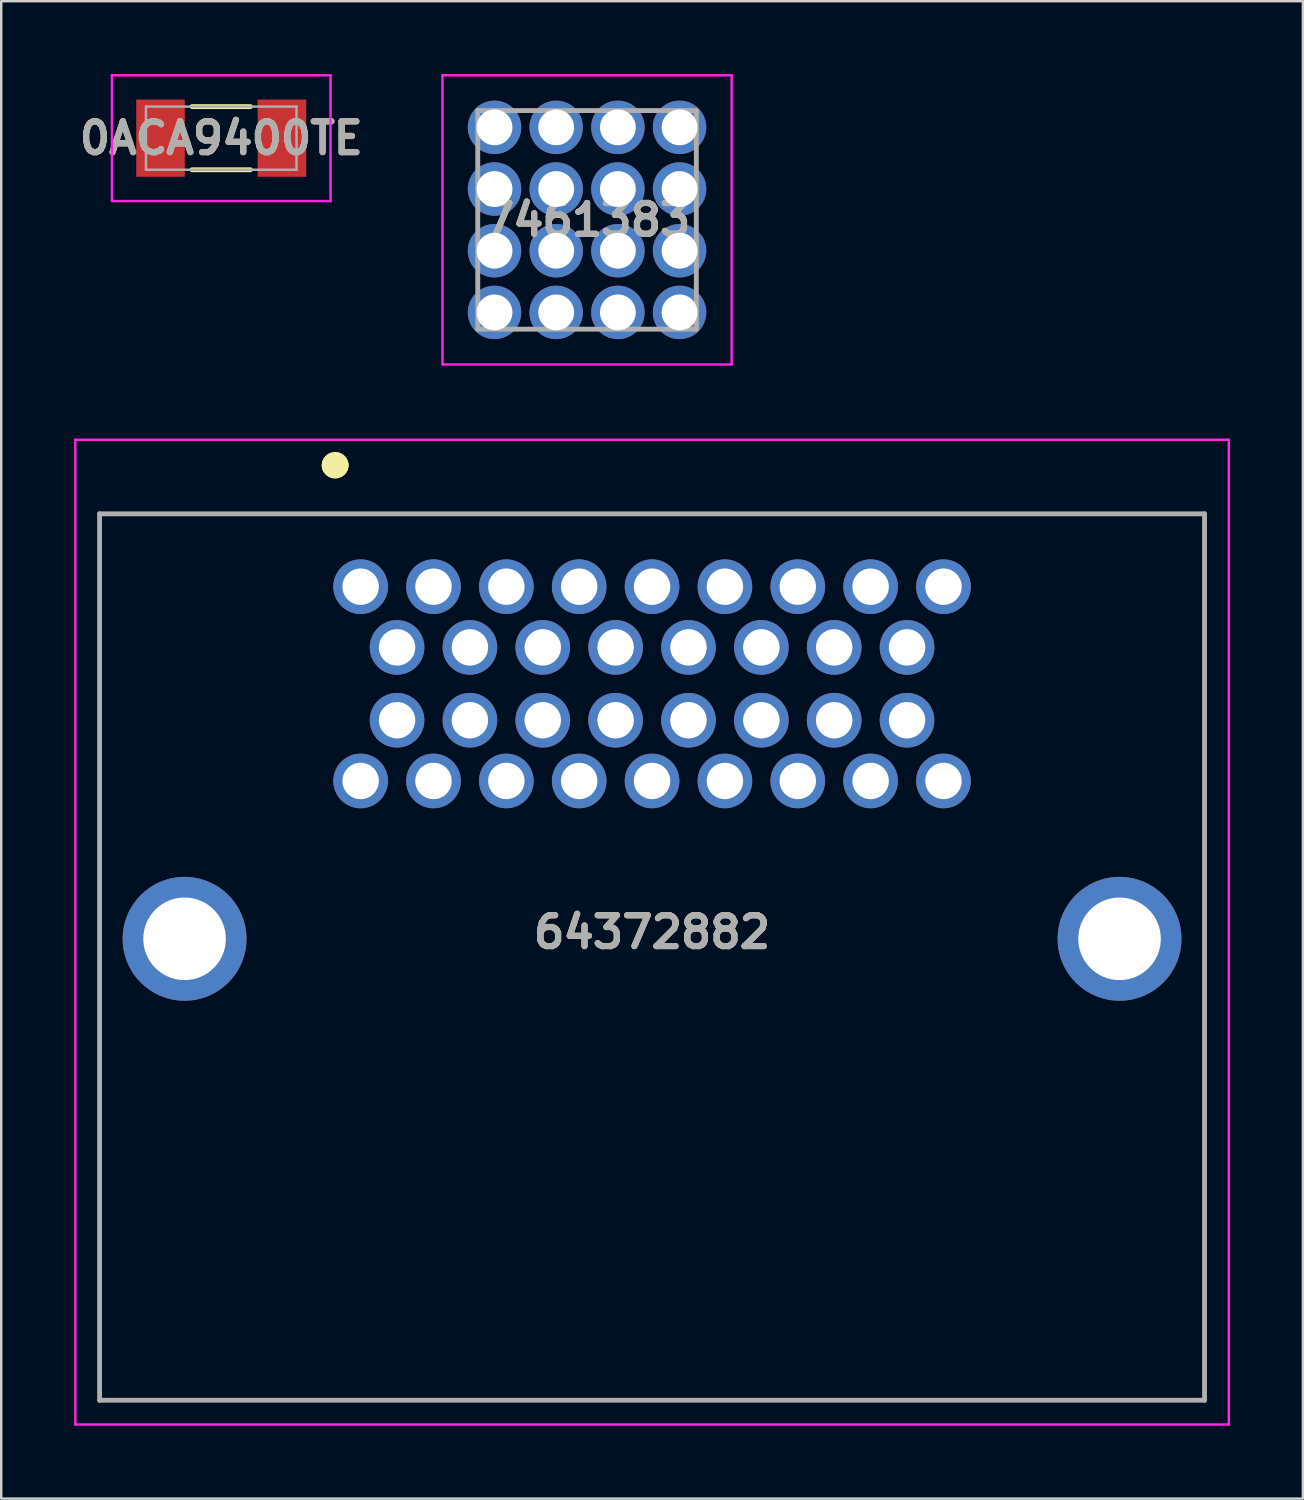
<source format=kicad_pcb>
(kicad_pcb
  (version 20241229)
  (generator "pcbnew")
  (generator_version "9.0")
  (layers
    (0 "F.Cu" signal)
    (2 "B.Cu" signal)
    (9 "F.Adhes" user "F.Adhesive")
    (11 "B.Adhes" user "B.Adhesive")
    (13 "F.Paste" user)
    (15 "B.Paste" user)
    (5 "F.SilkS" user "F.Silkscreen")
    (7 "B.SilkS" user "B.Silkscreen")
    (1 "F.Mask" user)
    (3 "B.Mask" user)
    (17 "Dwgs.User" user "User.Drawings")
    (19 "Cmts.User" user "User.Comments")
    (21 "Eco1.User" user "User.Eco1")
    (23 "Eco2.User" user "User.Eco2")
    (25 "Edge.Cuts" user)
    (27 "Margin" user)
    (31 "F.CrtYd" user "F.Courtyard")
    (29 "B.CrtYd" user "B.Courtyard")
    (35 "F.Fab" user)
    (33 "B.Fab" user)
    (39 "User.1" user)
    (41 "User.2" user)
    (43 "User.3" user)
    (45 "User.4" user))
  (footprint "64372882"
    (layer "F.Cu")
    (at 11.8 21.108)
    (property "Reference" "64372882" (at 12 14.225 0) (layer "F.SilkS") (effects (font (size 1.27 1.27) (thickness 0.254))))
    (attr through_hole)
    (fp_line (start -10.75 -3) (end 34.75 -3) (stroke (width 0.1) (type solid)) (layer "F.SilkS"))
    (fp_line (start -10.75 33.5) (end -10.75 -3) (stroke (width 0.1) (type solid)) (layer "F.SilkS"))
    (fp_line (start -1.1 -5) (end -1.1 -5) (stroke (width 1) (type solid)) (layer "F.SilkS"))
    (fp_line (start -1 -5) (end -1 -5) (stroke (width 1) (type solid)) (layer "F.SilkS"))
    (fp_line (start 34.75 -3) (end 34.75 33.5) (stroke (width 0.1) (type solid)) (layer "F.SilkS"))
    (fp_line (start 34.75 33.5) (end -10.75 33.5) (stroke (width 0.1) (type solid)) (layer "F.SilkS"))
    (fp_arc (start -1.1 -5) (mid -1.05 -5.05) (end -1 -5) (stroke (width 1) (type solid)) (layer "F.SilkS"))
    (fp_arc (start -1 -5) (mid -1.05 -4.95) (end -1.1 -5) (stroke (width 1) (type solid)) (layer "F.SilkS"))
    (fp_line (start -11.75 -6.05) (end 35.75 -6.05) (stroke (width 0.1) (type solid)) (layer "F.CrtYd"))
    (fp_line (start -11.75 34.5) (end -11.75 -6.05) (stroke (width 0.1) (type solid)) (layer "F.CrtYd"))
    (fp_line (start 35.75 -6.05) (end 35.75 34.5) (stroke (width 0.1) (type solid)) (layer "F.CrtYd"))
    (fp_line (start 35.75 34.5) (end -11.75 34.5) (stroke (width 0.1) (type solid)) (layer "F.CrtYd"))
    (fp_line (start -10.75 -3) (end 34.75 -3) (stroke (width 0.2) (type solid)) (layer "F.Fab"))
    (fp_line (start -10.75 33.5) (end -10.75 -3) (stroke (width 0.2) (type solid)) (layer "F.Fab"))
    (fp_line (start 34.75 -3) (end 34.75 33.5) (stroke (width 0.2) (type solid)) (layer "F.Fab"))
    (fp_line (start 34.75 33.5) (end -10.75 33.5) (stroke (width 0.2) (type solid)) (layer "F.Fab"))
    (fp_text user "${REFERENCE}" (at 12 14.225 0) (layer "F.Fab") (effects (font (size 1.27 1.27) (thickness 0.254))))
    (pad "1" thru_hole circle (at 0 0) (size 2.25 2.25) (drill 1.5) (layers "*.Cu" "*.Mask"))
    (pad "2" thru_hole circle (at 3 0) (size 2.25 2.25) (drill 1.5) (layers "*.Cu" "*.Mask"))
    (pad "3" thru_hole circle (at 6 0) (size 2.25 2.25) (drill 1.5) (layers "*.Cu" "*.Mask"))
    (pad "4" thru_hole circle (at 9 0) (size 2.25 2.25) (drill 1.5) (layers "*.Cu" "*.Mask"))
    (pad "5" thru_hole circle (at 12 0) (size 2.25 2.25) (drill 1.5) (layers "*.Cu" "*.Mask"))
    (pad "6" thru_hole circle (at 15 0) (size 2.25 2.25) (drill 1.5) (layers "*.Cu" "*.Mask"))
    (pad "7" thru_hole circle (at 18 0) (size 2.25 2.25) (drill 1.5) (layers "*.Cu" "*.Mask"))
    (pad "8" thru_hole circle (at 21 0) (size 2.25 2.25) (drill 1.5) (layers "*.Cu" "*.Mask"))
    (pad "9" thru_hole circle (at 24 0) (size 2.25 2.25) (drill 1.5) (layers "*.Cu" "*.Mask"))
    (pad "10" thru_hole circle (at 1.5 2.5) (size 2.25 2.25) (drill 1.5) (layers "*.Cu" "*.Mask"))
    (pad "11" thru_hole circle (at 4.5 2.5) (size 2.25 2.25) (drill 1.5) (layers "*.Cu" "*.Mask"))
    (pad "12" thru_hole circle (at 7.5 2.5) (size 2.25 2.25) (drill 1.5) (layers "*.Cu" "*.Mask"))
    (pad "13" thru_hole circle (at 10.5 2.5) (size 2.25 2.25) (drill 1.5) (layers "*.Cu" "*.Mask"))
    (pad "14" thru_hole circle (at 13.5 2.5) (size 2.25 2.25) (drill 1.5) (layers "*.Cu" "*.Mask"))
    (pad "15" thru_hole circle (at 16.5 2.5) (size 2.25 2.25) (drill 1.5) (layers "*.Cu" "*.Mask"))
    (pad "16" thru_hole circle (at 19.5 2.5) (size 2.25 2.25) (drill 1.5) (layers "*.Cu" "*.Mask"))
    (pad "17" thru_hole circle (at 22.5 2.5) (size 2.25 2.25) (drill 1.5) (layers "*.Cu" "*.Mask"))
    (pad "18" thru_hole circle (at 1.5 5.5) (size 2.25 2.25) (drill 1.5) (layers "*.Cu" "*.Mask"))
    (pad "19" thru_hole circle (at 4.5 5.5) (size 2.25 2.25) (drill 1.5) (layers "*.Cu" "*.Mask"))
    (pad "20" thru_hole circle (at 7.5 5.5) (size 2.25 2.25) (drill 1.5) (layers "*.Cu" "*.Mask"))
    (pad "21" thru_hole circle (at 10.5 5.5) (size 2.25 2.25) (drill 1.5) (layers "*.Cu" "*.Mask"))
    (pad "22" thru_hole circle (at 13.5 5.5) (size 2.25 2.25) (drill 1.5) (layers "*.Cu" "*.Mask"))
    (pad "23" thru_hole circle (at 16.5 5.5) (size 2.25 2.25) (drill 1.5) (layers "*.Cu" "*.Mask"))
    (pad "24" thru_hole circle (at 19.5 5.5) (size 2.25 2.25) (drill 1.5) (layers "*.Cu" "*.Mask"))
    (pad "25" thru_hole circle (at 22.5 5.5) (size 2.25 2.25) (drill 1.5) (layers "*.Cu" "*.Mask"))
    (pad "26" thru_hole circle (at 0 8) (size 2.25 2.25) (drill 1.5) (layers "*.Cu" "*.Mask"))
    (pad "27" thru_hole circle (at 3 8) (size 2.25 2.25) (drill 1.5) (layers "*.Cu" "*.Mask"))
    (pad "28" thru_hole circle (at 6 8) (size 2.25 2.25) (drill 1.5) (layers "*.Cu" "*.Mask"))
    (pad "29" thru_hole circle (at 9 8) (size 2.25 2.25) (drill 1.5) (layers "*.Cu" "*.Mask"))
    (pad "30" thru_hole circle (at 12 8) (size 2.25 2.25) (drill 1.5) (layers "*.Cu" "*.Mask"))
    (pad "31" thru_hole circle (at 15 8) (size 2.25 2.25) (drill 1.5) (layers "*.Cu" "*.Mask"))
    (pad "32" thru_hole circle (at 18 8) (size 2.25 2.25) (drill 1.5) (layers "*.Cu" "*.Mask"))
    (pad "33" thru_hole circle (at 21 8) (size 2.25 2.25) (drill 1.5) (layers "*.Cu" "*.Mask"))
    (pad "34" thru_hole circle (at 24 8) (size 2.25 2.25) (drill 1.5) (layers "*.Cu" "*.Mask"))
    (pad "MH1" thru_hole circle (at -7.25 14.5) (size 5.1 5.1) (drill 3.4) (layers "*.Cu" "*.Mask"))
    (pad "MH2" thru_hole circle (at 31.25 14.5) (size 5.1 5.1) (drill 3.4) (layers "*.Cu" "*.Mask")))
  (footprint "7461383"
    (layer "F.Cu")
    (at 17.313 9.814)
    (property "Reference" "7461383" (at 3.81 -3.81 0) (layer "F.SilkS") (effects (font (size 1.27 1.27) (thickness 0.254))))
    (attr through_hole)
    (fp_line (start -0.69 -4.01) (end -0.69 -3.61) (stroke (width 0.1) (type solid)) (layer "F.SilkS"))
    (fp_line (start 3.61 -8.31) (end 4.01 -8.31) (stroke (width 0.1) (type solid)) (layer "F.SilkS"))
    (fp_line (start 3.61 0.69) (end 4.01 0.69) (stroke (width 0.1) (type solid)) (layer "F.SilkS"))
    (fp_line (start 8.31 -4.01) (end 8.31 -3.61) (stroke (width 0.1) (type solid)) (layer "F.SilkS"))
    (fp_line (start -2.144 -9.764) (end 9.764 -9.764) (stroke (width 0.1) (type solid)) (layer "F.CrtYd"))
    (fp_line (start -2.144 2.144) (end -2.144 -9.764) (stroke (width 0.1) (type solid)) (layer "F.CrtYd"))
    (fp_line (start 9.764 -9.764) (end 9.764 2.144) (stroke (width 0.1) (type solid)) (layer "F.CrtYd"))
    (fp_line (start 9.764 2.144) (end -2.144 2.144) (stroke (width 0.1) (type solid)) (layer "F.CrtYd"))
    (fp_line (start -0.69 -8.31) (end 8.31 -8.31) (stroke (width 0.2) (type solid)) (layer "F.Fab"))
    (fp_line (start -0.69 0.69) (end -0.69 -8.31) (stroke (width 0.2) (type solid)) (layer "F.Fab"))
    (fp_line (start 8.31 -8.31) (end 8.31 0.69) (stroke (width 0.2) (type solid)) (layer "F.Fab"))
    (fp_line (start 8.31 0.69) (end -0.69 0.69) (stroke (width 0.2) (type solid)) (layer "F.Fab"))
    (fp_text user "${REFERENCE}" (at 3.81 -3.81 0) (layer "F.Fab") (effects (font (size 1.27 1.27) (thickness 0.254))))
    (pad "1" thru_hole circle (at 0 0) (size 2.2 2.2) (drill 1.475) (layers "*.Cu" "*.Mask"))
    (pad "2" thru_hole circle (at 2.54 0) (size 2.2 2.2) (drill 1.475) (layers "*.Cu" "*.Mask"))
    (pad "3" thru_hole circle (at 5.08 0) (size 2.2 2.2) (drill 1.475) (layers "*.Cu" "*.Mask"))
    (pad "4" thru_hole circle (at 7.62 0) (size 2.2 2.2) (drill 1.475) (layers "*.Cu" "*.Mask"))
    (pad "5" thru_hole circle (at 0 -2.54) (size 2.2 2.2) (drill 1.475) (layers "*.Cu" "*.Mask"))
    (pad "6" thru_hole circle (at 2.54 -2.54) (size 2.2 2.2) (drill 1.475) (layers "*.Cu" "*.Mask"))
    (pad "7" thru_hole circle (at 5.08 -2.54) (size 2.2 2.2) (drill 1.475) (layers "*.Cu" "*.Mask"))
    (pad "8" thru_hole circle (at 7.62 -2.54) (size 2.2 2.2) (drill 1.475) (layers "*.Cu" "*.Mask"))
    (pad "9" thru_hole circle (at 0 -5.08) (size 2.2 2.2) (drill 1.475) (layers "*.Cu" "*.Mask"))
    (pad "10" thru_hole circle (at 2.54 -5.08) (size 2.2 2.2) (drill 1.475) (layers "*.Cu" "*.Mask"))
    (pad "11" thru_hole circle (at 5.08 -5.08) (size 2.2 2.2) (drill 1.475) (layers "*.Cu" "*.Mask"))
    (pad "12" thru_hole circle (at 7.62 -5.08) (size 2.2 2.2) (drill 1.475) (layers "*.Cu" "*.Mask"))
    (pad "13" thru_hole circle (at 0 -7.62) (size 2.2 2.2) (drill 1.475) (layers "*.Cu" "*.Mask"))
    (pad "14" thru_hole circle (at 2.54 -7.62) (size 2.2 2.2) (drill 1.475) (layers "*.Cu" "*.Mask"))
    (pad "15" thru_hole circle (at 5.08 -7.62) (size 2.2 2.2) (drill 1.475) (layers "*.Cu" "*.Mask"))
    (pad "16" thru_hole circle (at 7.62 -7.62) (size 2.2 2.2) (drill 1.475) (layers "*.Cu" "*.Mask")))
  (footprint "0ACA9400TE"
    (layer "F.Cu")
    (at 6.06 2.64)
    (property "Reference" "0ACA9400TE" (at 0 0 0) (layer "F.SilkS") (effects (font (size 1.27 1.27) (thickness 0.254))))
    (attr smd)
    (fp_line (start -4 0.2) (end -4 0.2) (stroke (width 0.1) (type solid)) (layer "F.SilkS"))
    (fp_line (start -3.9 0.2) (end -3.9 0.2) (stroke (width 0.1) (type solid)) (layer "F.SilkS"))
    (fp_line (start -1.2 -1.3) (end 1.2 -1.3) (stroke (width 0.2) (type solid)) (layer "F.SilkS"))
    (fp_line (start -1.2 1.3) (end 1.2 1.3) (stroke (width 0.2) (type solid)) (layer "F.SilkS"))
    (fp_arc (start -4 0.2) (mid -3.95 0.15) (end -3.9 0.2) (stroke (width 0.1) (type solid)) (layer "F.SilkS"))
    (fp_arc (start -3.9 0.2) (mid -3.95 0.25) (end -4 0.2) (stroke (width 0.1) (type solid)) (layer "F.SilkS"))
    (fp_line (start -4.5 -2.59) (end 4.5 -2.59) (stroke (width 0.1) (type solid)) (layer "F.CrtYd"))
    (fp_line (start -4.5 2.59) (end -4.5 -2.59) (stroke (width 0.1) (type solid)) (layer "F.CrtYd"))
    (fp_line (start 4.5 -2.59) (end 4.5 2.59) (stroke (width 0.1) (type solid)) (layer "F.CrtYd"))
    (fp_line (start 4.5 2.59) (end -4.5 2.59) (stroke (width 0.1) (type solid)) (layer "F.CrtYd"))
    (fp_line (start -3.1 -1.3) (end 3.1 -1.3) (stroke (width 0.1) (type solid)) (layer "F.Fab"))
    (fp_line (start -3.1 1.3) (end -3.1 -1.3) (stroke (width 0.1) (type solid)) (layer "F.Fab"))
    (fp_line (start 3.1 -1.3) (end 3.1 1.3) (stroke (width 0.1) (type solid)) (layer "F.Fab"))
    (fp_line (start 3.1 1.3) (end -3.1 1.3) (stroke (width 0.1) (type solid)) (layer "F.Fab"))
    (fp_text user "${REFERENCE}" (at 0 0 0) (layer "F.Fab") (effects (font (size 1.27 1.27) (thickness 0.254))))
    (pad "1" smd rect (at -2.5 0) (size 2 3.18) (layers "F.Cu" "F.Mask" "F.Paste"))
    (pad "2" smd rect (at 2.5 0) (size 2 3.18) (layers "F.Cu" "F.Mask" "F.Paste")))
  (gr_rect
    (start -3 -3)
    (end 50.6 58.658)
    (stroke (width 0.1) (type default))
    (fill no)
    (layer "Edge.Cuts")))
</source>
